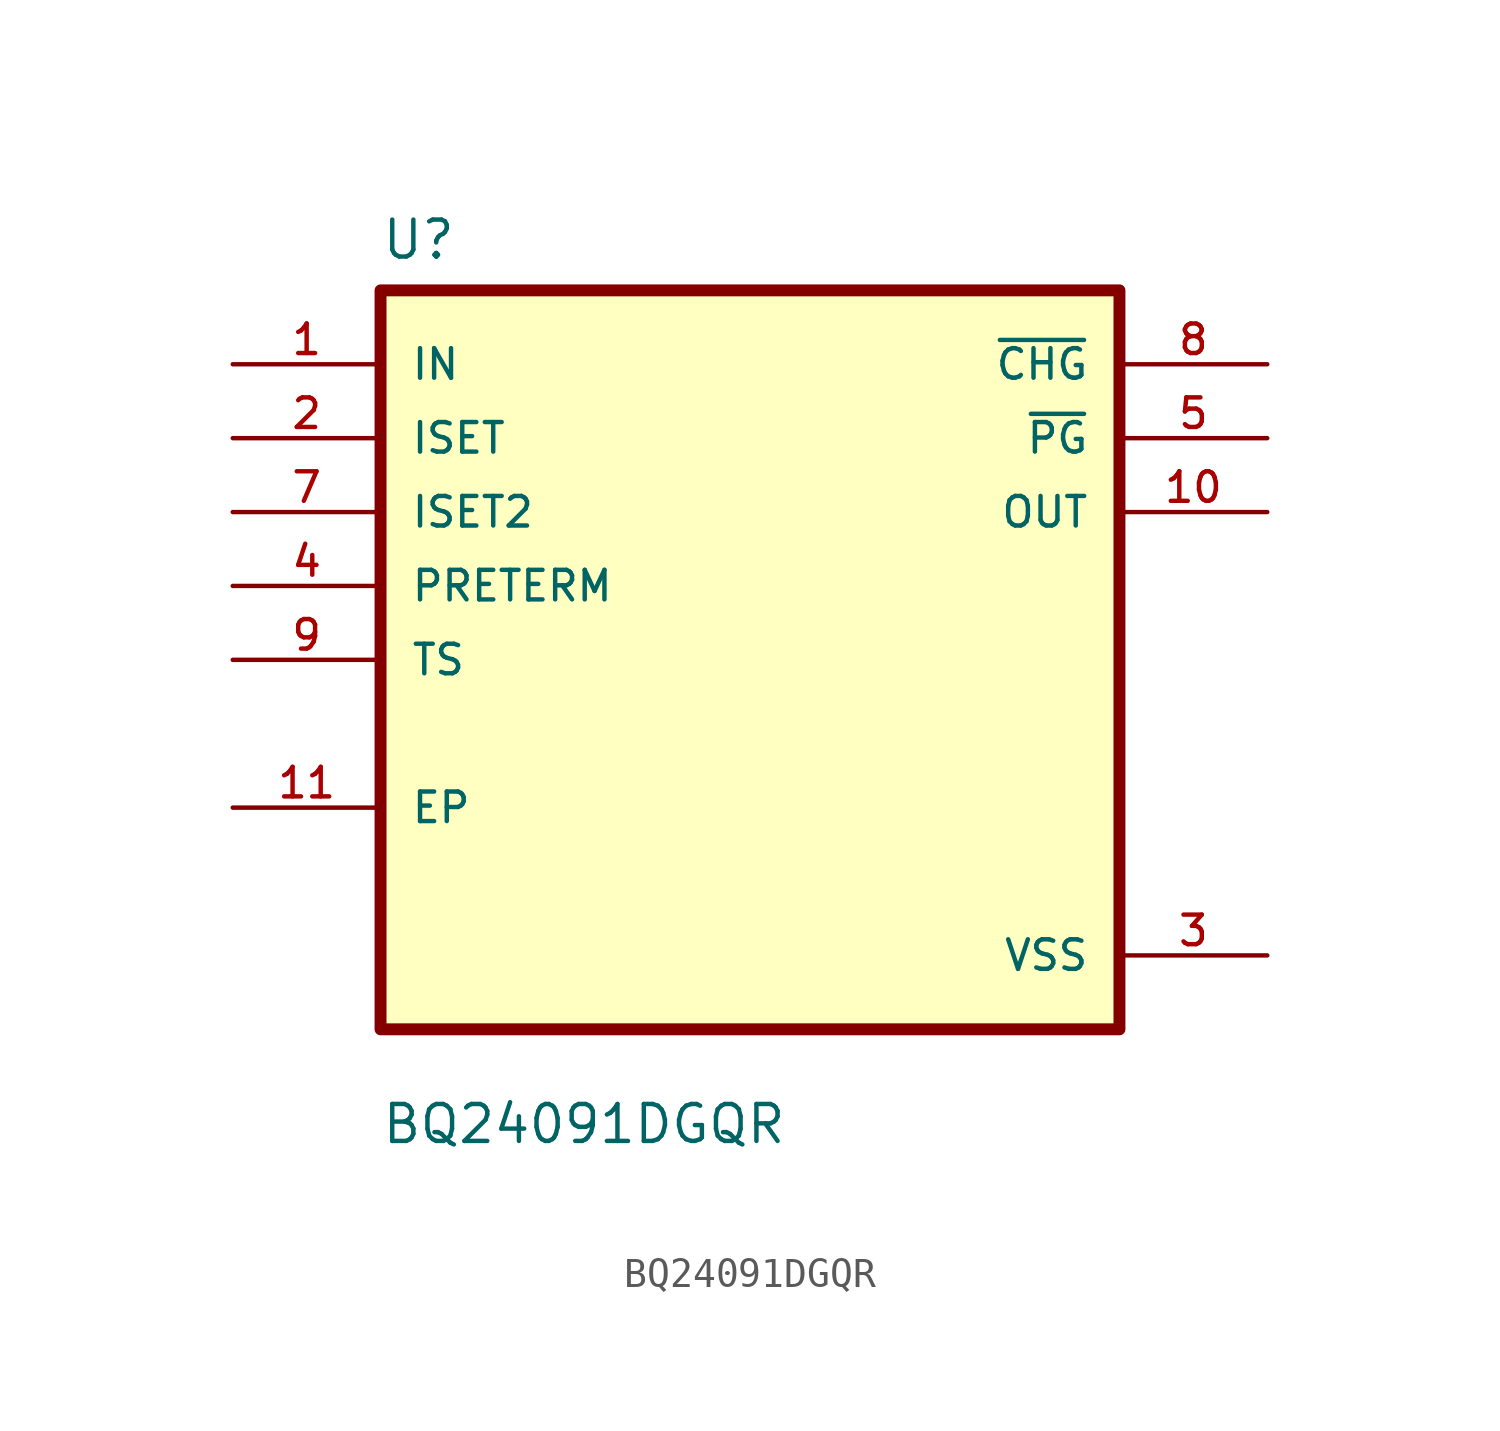
<source format=kicad_sym>
(kicad_symbol_lib
  (version 20211014)
  (generator kicad_symbol_editor)
  (symbol "BQ24091DGQR"
    (pin_names
      (offset 1.016))
    (property "Reference" "U"
      (at -12.7 13.7 0.0)
      (effects (font (size 1.27 1.27)) (justify bottom left)))
    (property "Value" "BQ24091DGQR"
      (at -12.7 -16.7 0.0)
      (effects (font (size 1.27 1.27)) (justify bottom left)))
    (symbol "BQ24091DGQR_0_0"
      (rectangle (start -12.7 -12.7) (end 12.7 12.7) (stroke (width 0.41)) (fill (type background)))
      (pin input line (at -17.78 10.16 0) (length 5.08) (name "IN" (effects (font (size 1.016 1.016)))) (number "1" (effects (font (size 1.016 1.016)))))
      (pin input line (at -17.78 7.62 0) (length 5.08) (name "ISET" (effects (font (size 1.016 1.016)))) (number "2" (effects (font (size 1.016 1.016)))))
      (pin input line (at -17.78 5.08 0) (length 5.08) (name "ISET2" (effects (font (size 1.016 1.016)))) (number "7" (effects (font (size 1.016 1.016)))))
      (pin input line (at -17.78 2.54 0) (length 5.08) (name "PRETERM" (effects (font (size 1.016 1.016)))) (number "4" (effects (font (size 1.016 1.016)))))
      (pin input line (at -17.78 0.0 0) (length 5.08) (name "TS" (effects (font (size 1.016 1.016)))) (number "9" (effects (font (size 1.016 1.016)))))
      (pin bidirectional line (at -17.78 -5.08 0) (length 5.08) (name "EP" (effects (font (size 1.016 1.016)))) (number "11" (effects (font (size 1.016 1.016)))))
      (pin output line (at 17.78 10.16 180.0) (length 5.08) (name "~{CHG}" (effects (font (size 1.016 1.016)))) (number "8" (effects (font (size 1.016 1.016)))))
      (pin output line (at 17.78 7.62 180.0) (length 5.08) (name "~{PG}" (effects (font (size 1.016 1.016)))) (number "5" (effects (font (size 1.016 1.016)))))
      (pin output line (at 17.78 5.08 180.0) (length 5.08) (name "OUT" (effects (font (size 1.016 1.016)))) (number "10" (effects (font (size 1.016 1.016)))))
      (pin power_in line (at 17.78 -10.16 180.0) (length 5.08) (name "VSS" (effects (font (size 1.016 1.016)))) (number "3" (effects (font (size 1.016 1.016))))))))
</source>
